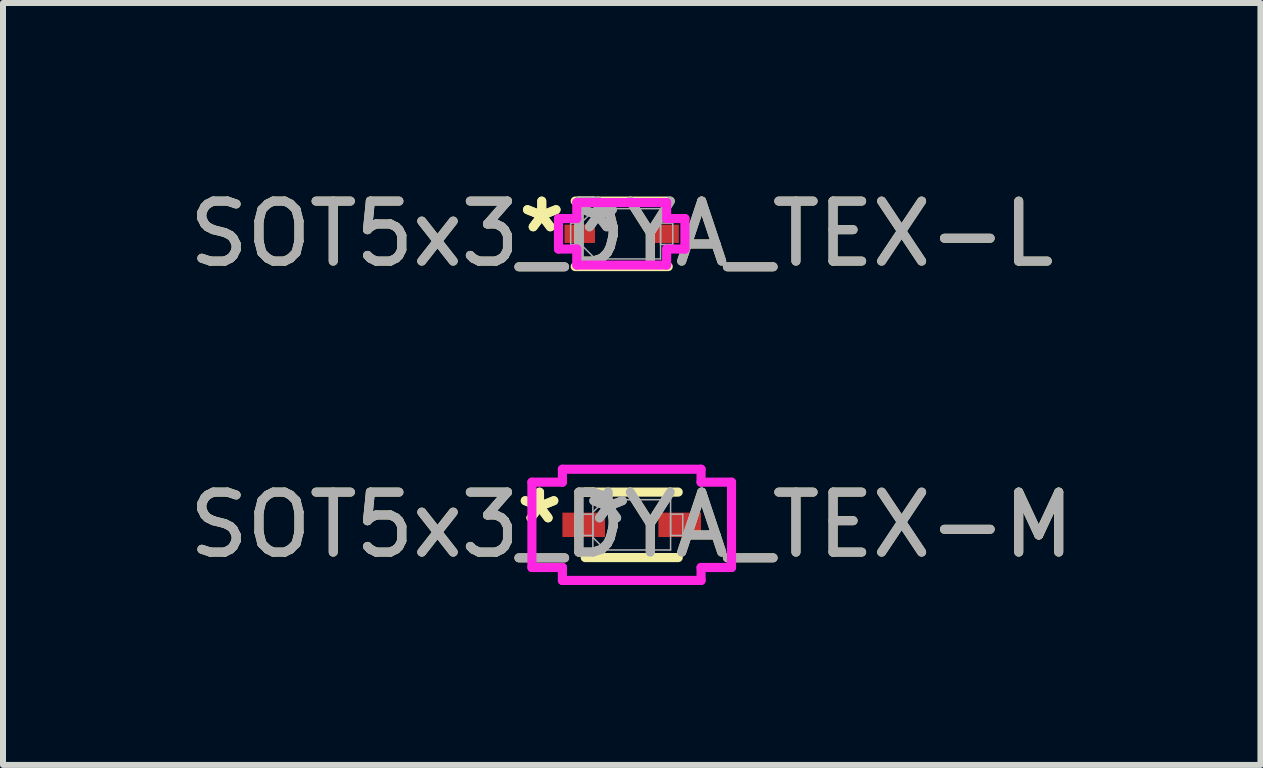
<source format=kicad_pcb>
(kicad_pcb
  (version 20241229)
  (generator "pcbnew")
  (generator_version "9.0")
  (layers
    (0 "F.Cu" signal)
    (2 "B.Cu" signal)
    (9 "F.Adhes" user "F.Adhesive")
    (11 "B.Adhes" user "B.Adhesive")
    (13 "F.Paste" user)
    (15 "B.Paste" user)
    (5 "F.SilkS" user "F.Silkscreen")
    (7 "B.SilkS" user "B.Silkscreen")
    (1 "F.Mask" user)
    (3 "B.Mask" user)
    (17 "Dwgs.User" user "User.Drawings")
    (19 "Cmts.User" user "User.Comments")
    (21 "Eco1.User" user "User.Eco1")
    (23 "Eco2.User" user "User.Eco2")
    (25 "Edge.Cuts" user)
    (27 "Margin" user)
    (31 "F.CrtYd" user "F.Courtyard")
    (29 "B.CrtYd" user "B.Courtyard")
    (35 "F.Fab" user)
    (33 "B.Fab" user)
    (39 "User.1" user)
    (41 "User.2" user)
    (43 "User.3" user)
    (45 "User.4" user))
  (footprint "SOT5x3_DYA_TEX-L"
    (layer "F.Cu")
    (at 7.315 0.848)
    (property "Reference" "SOT5x3_DYA_TEX-L" (at 0 0 0) (unlocked yes) (layer "F.SilkS") (effects (font (size 1 1) (thickness 0.15))))
    (attr smd)
    (fp_line (start -0.775 0.546) (end 0.775 0.546) (stroke (width 0.152) (type solid)) (layer "F.SilkS"))
    (fp_line (start 0.775 -0.546) (end -0.775 -0.546) (stroke (width 0.152) (type solid)) (layer "F.SilkS"))
    (fp_line (start -1.054 -0.254) (end -0.749 -0.254) (stroke (width 0.152) (type solid)) (layer "F.CrtYd"))
    (fp_line (start -1.054 0.254) (end -1.054 -0.254) (stroke (width 0.152) (type solid)) (layer "F.CrtYd"))
    (fp_line (start -0.749 -0.521) (end 0.749 -0.521) (stroke (width 0.152) (type solid)) (layer "F.CrtYd"))
    (fp_line (start -0.749 -0.254) (end -0.749 -0.521) (stroke (width 0.152) (type solid)) (layer "F.CrtYd"))
    (fp_line (start -0.749 0.254) (end -1.054 0.254) (stroke (width 0.152) (type solid)) (layer "F.CrtYd"))
    (fp_line (start -0.749 0.521) (end -0.749 0.254) (stroke (width 0.152) (type solid)) (layer "F.CrtYd"))
    (fp_line (start 0.749 -0.521) (end 0.749 -0.254) (stroke (width 0.152) (type solid)) (layer "F.CrtYd"))
    (fp_line (start 0.749 -0.254) (end 1.054 -0.254) (stroke (width 0.152) (type solid)) (layer "F.CrtYd"))
    (fp_line (start 0.749 0.254) (end 0.749 0.521) (stroke (width 0.152) (type solid)) (layer "F.CrtYd"))
    (fp_line (start 0.749 0.521) (end -0.749 0.521) (stroke (width 0.152) (type solid)) (layer "F.CrtYd"))
    (fp_line (start 1.054 -0.254) (end 1.054 0.254) (stroke (width 0.152) (type solid)) (layer "F.CrtYd"))
    (fp_line (start 1.054 0.254) (end 0.749 0.254) (stroke (width 0.152) (type solid)) (layer "F.CrtYd"))
    (fp_line (start -0.851 -0.178) (end -0.851 0.178) (stroke (width 0.025) (type solid)) (layer "F.Fab"))
    (fp_line (start -0.851 0.178) (end -0.648 0.178) (stroke (width 0.025) (type solid)) (layer "F.Fab"))
    (fp_line (start -0.648 -0.419) (end -0.648 0.419) (stroke (width 0.025) (type solid)) (layer "F.Fab"))
    (fp_line (start -0.648 -0.21) (end -0.438 -0.419) (stroke (width 0.025) (type solid)) (layer "F.Fab"))
    (fp_line (start -0.648 -0.178) (end -0.851 -0.178) (stroke (width 0.025) (type solid)) (layer "F.Fab"))
    (fp_line (start -0.648 0.178) (end -0.648 -0.178) (stroke (width 0.025) (type solid)) (layer "F.Fab"))
    (fp_line (start -0.648 0.21) (end -0.438 0.419) (stroke (width 0.025) (type solid)) (layer "F.Fab"))
    (fp_line (start -0.648 0.419) (end 0.648 0.419) (stroke (width 0.025) (type solid)) (layer "F.Fab"))
    (fp_line (start 0.648 -0.419) (end -0.648 -0.419) (stroke (width 0.025) (type solid)) (layer "F.Fab"))
    (fp_line (start 0.648 -0.178) (end 0.648 0.178) (stroke (width 0.025) (type solid)) (layer "F.Fab"))
    (fp_line (start 0.648 0.178) (end 0.851 0.178) (stroke (width 0.025) (type solid)) (layer "F.Fab"))
    (fp_line (start 0.648 0.419) (end 0.648 -0.419) (stroke (width 0.025) (type solid)) (layer "F.Fab"))
    (fp_line (start 0.851 -0.178) (end 0.648 -0.178) (stroke (width 0.025) (type solid)) (layer "F.Fab"))
    (fp_line (start 0.851 0.178) (end 0.851 -0.178) (stroke (width 0.025) (type solid)) (layer "F.Fab"))
    (fp_text user "*" (at -1.333 0 0) (layer "F.SilkS") (effects (font (size 1 1) (thickness 0.15))))
    (fp_text user "*" (at -1.333 0 0) (unlocked yes) (layer "F.SilkS") (effects (font (size 1 1) (thickness 0.15))))
    (fp_text user "*" (at -0.394 0 0) (layer "F.Fab") (effects (font (size 1 1) (thickness 0.15))))
    (fp_text user "${REFERENCE}" (at 0 0 0) (unlocked yes) (layer "F.Fab") (effects (font (size 1 1) (thickness 0.15))))
    (fp_text user "*" (at -0.394 0 0) (unlocked yes) (layer "F.Fab") (effects (font (size 1 1) (thickness 0.15))))
    (pad "1" smd rect (at -0.699 0) (size 0.508 0.305) (layers "F.Cu" "F.Mask" "F.Paste"))
    (pad "2" smd rect (at 0.699 0) (size 0.508 0.305) (layers "F.Cu" "F.Mask" "F.Paste"))
    (zone (net_name "") (layer "F.Cu") (hatch full 0.508) (connect_pads) (min_thickness 0.254) (filled_areas_thickness no) (keepout (tracks not_allowed) (vias not_allowed) (pads allowed) (copperpour not_allowed) (footprints allowed)) (placement (enabled no)) (fill) (polygon (pts (xy 6.922 0.48) (xy 7.709 0.48) (xy 7.709 1.217) (xy 6.922 1.217)))))
  (footprint "SOT5x3_DYA_TEX-M"
    (layer "F.Cu")
    (at 7.482 5.7)
    (property "Reference" "SOT5x3_DYA_TEX-M" (at 0 0 0) (unlocked yes) (layer "F.SilkS") (effects (font (size 1 1) (thickness 0.15))))
    (attr smd)
    (fp_line (start -0.775 0.546) (end 0.775 0.546) (stroke (width 0.152) (type solid)) (layer "F.SilkS"))
    (fp_line (start 0.775 -0.546) (end -0.775 -0.546) (stroke (width 0.152) (type solid)) (layer "F.SilkS"))
    (fp_line (start -1.664 -0.711) (end -1.156 -0.711) (stroke (width 0.152) (type solid)) (layer "F.CrtYd"))
    (fp_line (start -1.664 0.711) (end -1.664 -0.711) (stroke (width 0.152) (type solid)) (layer "F.CrtYd"))
    (fp_line (start -1.156 -0.927) (end 1.156 -0.927) (stroke (width 0.152) (type solid)) (layer "F.CrtYd"))
    (fp_line (start -1.156 -0.711) (end -1.156 -0.927) (stroke (width 0.152) (type solid)) (layer "F.CrtYd"))
    (fp_line (start -1.156 0.711) (end -1.664 0.711) (stroke (width 0.152) (type solid)) (layer "F.CrtYd"))
    (fp_line (start -1.156 0.927) (end -1.156 0.711) (stroke (width 0.152) (type solid)) (layer "F.CrtYd"))
    (fp_line (start 1.156 -0.927) (end 1.156 -0.711) (stroke (width 0.152) (type solid)) (layer "F.CrtYd"))
    (fp_line (start 1.156 -0.711) (end 1.664 -0.711) (stroke (width 0.152) (type solid)) (layer "F.CrtYd"))
    (fp_line (start 1.156 0.711) (end 1.156 0.927) (stroke (width 0.152) (type solid)) (layer "F.CrtYd"))
    (fp_line (start 1.156 0.927) (end -1.156 0.927) (stroke (width 0.152) (type solid)) (layer "F.CrtYd"))
    (fp_line (start 1.664 -0.711) (end 1.664 0.711) (stroke (width 0.152) (type solid)) (layer "F.CrtYd"))
    (fp_line (start 1.664 0.711) (end 1.156 0.711) (stroke (width 0.152) (type solid)) (layer "F.CrtYd"))
    (fp_line (start -0.851 -0.178) (end -0.851 0.178) (stroke (width 0.025) (type solid)) (layer "F.Fab"))
    (fp_line (start -0.851 0.178) (end -0.648 0.178) (stroke (width 0.025) (type solid)) (layer "F.Fab"))
    (fp_line (start -0.648 -0.419) (end -0.648 0.419) (stroke (width 0.025) (type solid)) (layer "F.Fab"))
    (fp_line (start -0.648 -0.21) (end -0.438 -0.419) (stroke (width 0.025) (type solid)) (layer "F.Fab"))
    (fp_line (start -0.648 -0.178) (end -0.851 -0.178) (stroke (width 0.025) (type solid)) (layer "F.Fab"))
    (fp_line (start -0.648 0.178) (end -0.648 -0.178) (stroke (width 0.025) (type solid)) (layer "F.Fab"))
    (fp_line (start -0.648 0.21) (end -0.438 0.419) (stroke (width 0.025) (type solid)) (layer "F.Fab"))
    (fp_line (start -0.648 0.419) (end 0.648 0.419) (stroke (width 0.025) (type solid)) (layer "F.Fab"))
    (fp_line (start 0.648 -0.419) (end -0.648 -0.419) (stroke (width 0.025) (type solid)) (layer "F.Fab"))
    (fp_line (start 0.648 -0.178) (end 0.648 0.178) (stroke (width 0.025) (type solid)) (layer "F.Fab"))
    (fp_line (start 0.648 0.178) (end 0.851 0.178) (stroke (width 0.025) (type solid)) (layer "F.Fab"))
    (fp_line (start 0.648 0.419) (end 0.648 -0.419) (stroke (width 0.025) (type solid)) (layer "F.Fab"))
    (fp_line (start 0.851 -0.178) (end 0.648 -0.178) (stroke (width 0.025) (type solid)) (layer "F.Fab"))
    (fp_line (start 0.851 0.178) (end 0.851 -0.178) (stroke (width 0.025) (type solid)) (layer "F.Fab"))
    (fp_text user "*" (at -1.537 0 0) (unlocked yes) (layer "F.SilkS") (effects (font (size 1 1) (thickness 0.15))))
    (fp_text user "*" (at -1.537 0 0) (layer "F.SilkS") (effects (font (size 1 1) (thickness 0.15))))
    (fp_text user "*" (at -0.394 0 0) (unlocked yes) (layer "F.Fab") (effects (font (size 1 1) (thickness 0.15))))
    (fp_text user "*" (at -0.394 0 0) (layer "F.Fab") (effects (font (size 1 1) (thickness 0.15))))
    (fp_text user "${REFERENCE}" (at 0 0 0) (unlocked yes) (layer "F.Fab") (effects (font (size 1 1) (thickness 0.15))))
    (pad "1" smd rect (at -0.8 0) (size 0.711 0.406) (layers "F.Cu" "F.Mask" "F.Paste"))
    (pad "2" smd rect (at 0.8 0) (size 0.711 0.406) (layers "F.Cu" "F.Mask" "F.Paste"))
    (zone (net_name "") (layer "F.Cu") (hatch full 0.508) (connect_pads) (min_thickness 0.254) (filled_areas_thickness no) (keepout (tracks not_allowed) (vias not_allowed) (pads allowed) (copperpour not_allowed) (footprints allowed)) (placement (enabled no)) (fill) (polygon (pts (xy 7.088 5.332) (xy 7.876 5.332) (xy 7.876 6.068) (xy 7.088 6.068)))))
  (gr_rect
    (start -3 -3)
    (end 17.964 9.703)
    (stroke (width 0.1) (type default))
    (fill no)
    (layer "Edge.Cuts")))
</source>
